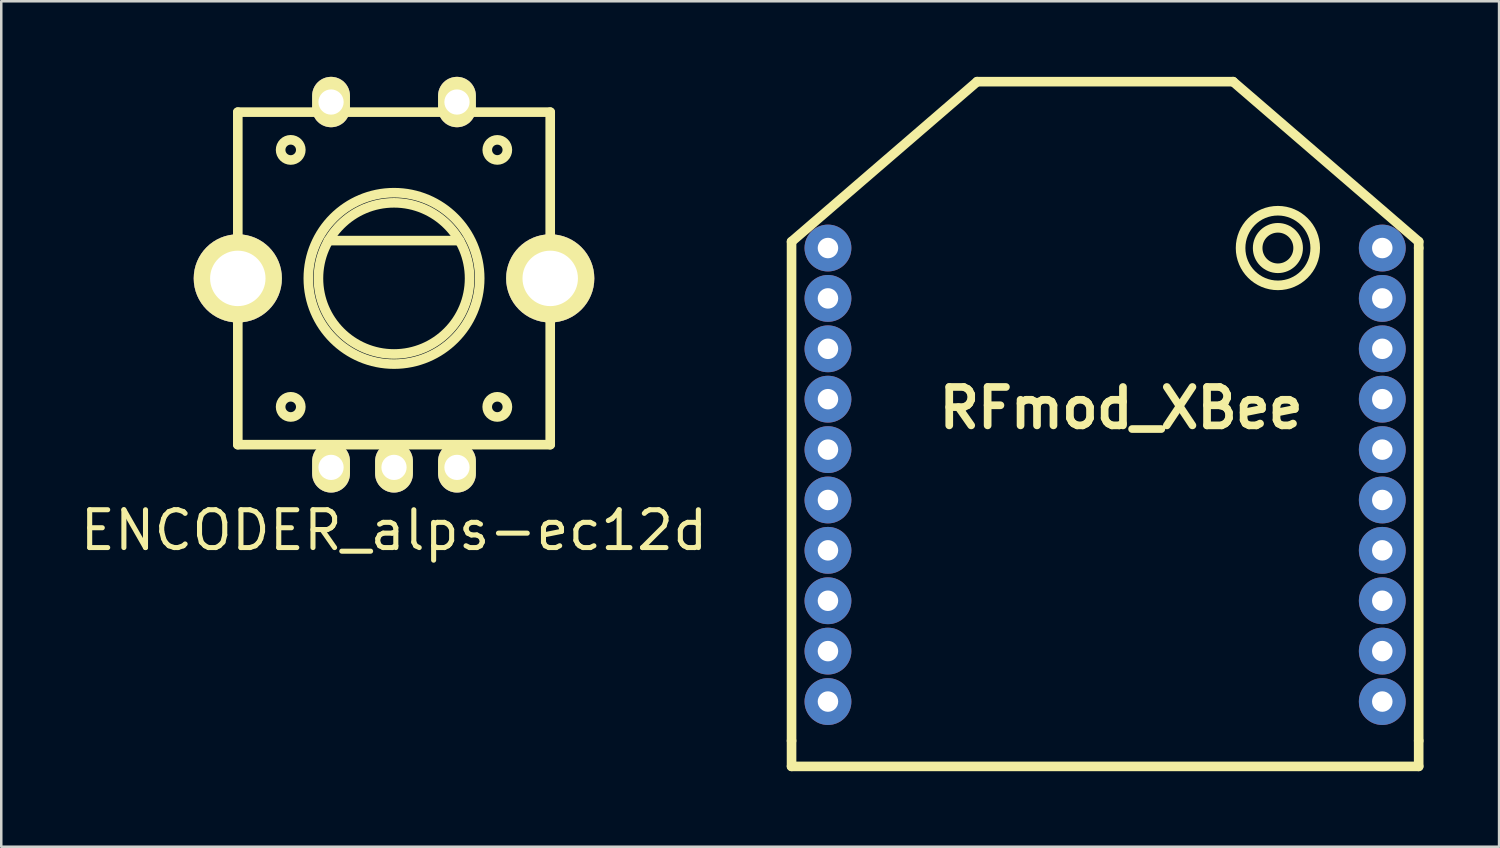
<source format=kicad_pcb>
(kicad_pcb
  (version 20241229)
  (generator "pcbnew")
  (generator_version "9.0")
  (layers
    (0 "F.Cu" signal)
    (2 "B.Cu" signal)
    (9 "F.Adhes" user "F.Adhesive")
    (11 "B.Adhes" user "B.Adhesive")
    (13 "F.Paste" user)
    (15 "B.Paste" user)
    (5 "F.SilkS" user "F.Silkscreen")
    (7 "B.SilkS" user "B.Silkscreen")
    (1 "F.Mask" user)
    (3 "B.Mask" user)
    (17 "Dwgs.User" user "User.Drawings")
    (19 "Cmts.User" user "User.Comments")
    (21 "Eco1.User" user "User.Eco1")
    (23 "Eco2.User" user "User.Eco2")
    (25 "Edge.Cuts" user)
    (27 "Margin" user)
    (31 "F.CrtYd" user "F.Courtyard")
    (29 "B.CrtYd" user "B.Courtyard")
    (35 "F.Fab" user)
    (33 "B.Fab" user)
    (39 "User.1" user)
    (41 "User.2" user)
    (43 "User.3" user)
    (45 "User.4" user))
  (footprint "ENCODER_alps-ec12d"
    (layer "F.Cu")
    (at 12.589 8)
    (property "Reference" "ENCODER_alps-ec12d" (at 0 10 0) (layer "F.SilkS") (effects (font (size 1.501 1.501) (thickness 0.201))))
    (attr through_hole)
    (fp_line (start -6.2 -6.599) (end -6.2 6.599) (stroke (width 0.381) (type solid)) (layer "F.SilkS"))
    (fp_line (start -6.2 6.599) (end 6.2 6.599) (stroke (width 0.381) (type solid)) (layer "F.SilkS"))
    (fp_line (start -2.601 -1.501) (end 2.601 -1.501) (stroke (width 0.381) (type solid)) (layer "F.SilkS"))
    (fp_line (start 6.2 -6.599) (end -6.2 -6.599) (stroke (width 0.381) (type solid)) (layer "F.SilkS"))
    (fp_line (start 6.2 6.599) (end 6.2 -6.599) (stroke (width 0.381) (type solid)) (layer "F.SilkS"))
    (fp_circle (center -4.1 -5.1) (end -4.501 -5.1) (stroke (width 0.381) (type solid)) (fill no) (layer "F.SilkS"))
    (fp_circle (center -4.1 5.1) (end -4.501 5.1) (stroke (width 0.381) (type solid)) (fill no) (layer "F.SilkS"))
    (fp_circle (center 0 0) (end -3.401 0) (stroke (width 0.381) (type solid)) (fill no) (layer "F.SilkS"))
    (fp_circle (center 0 0) (end -3 0) (stroke (width 0.381) (type solid)) (fill no) (layer "F.SilkS"))
    (fp_circle (center 4.1 -5.1) (end 3.701 -5.1) (stroke (width 0.381) (type solid)) (fill no) (layer "F.SilkS"))
    (fp_circle (center 4.1 5.1) (end 4.501 5.1) (stroke (width 0.381) (type solid)) (fill no) (layer "F.SilkS"))
    (pad "" thru_hole circle (at -6.2 0) (size 3.5 3.5) (drill 2.2) (layers "*.Cu" "*.Mask" "F.SilkS"))
    (pad "" thru_hole circle (at 6.2 0) (size 3.5 3.5) (drill 2.2) (layers "*.Cu" "*.Mask" "F.SilkS"))
    (pad "1" thru_hole oval (at -2.499 7.501) (size 1.501 1.999) (drill 1.001) (layers "*.Cu" "*.Mask" "F.SilkS"))
    (pad "2" thru_hole oval (at 0 7.501) (size 1.501 1.999) (drill 1.001) (layers "*.Cu" "*.Mask" "F.SilkS"))
    (pad "3" thru_hole oval (at 2.499 7.501) (size 1.501 1.999) (drill 1.001) (layers "*.Cu" "*.Mask" "F.SilkS"))
    (pad "4" thru_hole oval (at 2.499 -7) (size 1.501 1.999) (drill 1.001) (layers "*.Cu" "*.Mask" "F.SilkS"))
    (pad "5" thru_hole oval (at -2.499 -7) (size 1.501 1.999) (drill 1.001) (layers "*.Cu" "*.Mask" "F.SilkS")))
  (footprint "RFmod_XBee"
    (layer "F.Cu")
    (at 40.814 6.795)
    (property "Reference" "RFmod_XBee" (at 0.635 6.35 0) (layer "F.SilkS") (effects (font (size 1.524 1.524) (thickness 0.305))))
    (attr through_hole)
    (fp_line (start -12.446 -0.254) (end -5.08 -6.604) (stroke (width 0.381) (type solid)) (layer "F.SilkS"))
    (fp_line (start -12.446 19.558) (end -12.446 -0.254) (stroke (width 0.381) (type solid)) (layer "F.SilkS"))
    (fp_line (start -12.446 19.558) (end -12.446 20.574) (stroke (width 0.381) (type solid)) (layer "F.SilkS"))
    (fp_line (start -12.446 20.574) (end 12.446 20.574) (stroke (width 0.381) (type solid)) (layer "F.SilkS"))
    (fp_line (start -5.08 -6.604) (end 5.08 -6.604) (stroke (width 0.381) (type solid)) (layer "F.SilkS"))
    (fp_line (start 12.446 -0.254) (end 5.08 -6.604) (stroke (width 0.381) (type solid)) (layer "F.SilkS"))
    (fp_line (start 12.446 0) (end 12.446 -0.254) (stroke (width 0.381) (type solid)) (layer "F.SilkS"))
    (fp_line (start 12.446 19.558) (end 12.446 0) (stroke (width 0.381) (type solid)) (layer "F.SilkS"))
    (fp_line (start 12.446 19.558) (end 12.446 20.574) (stroke (width 0.381) (type solid)) (layer "F.SilkS"))
    (fp_circle (center 6.858 0) (end 7.62 0.254) (stroke (width 0.381) (type solid)) (fill no) (layer "F.SilkS"))
    (fp_circle (center 6.858 0) (end 8.128 0.762) (stroke (width 0.381) (type solid)) (fill no) (layer "F.SilkS"))
    (pad "1" thru_hole circle (at -11.001 0) (size 1.859 1.859) (drill 0.813) (layers "*.Cu"))
    (pad "2" thru_hole circle (at -11.001 1.999) (size 1.859 1.859) (drill 0.813) (layers "*.Cu"))
    (pad "3" thru_hole circle (at -11.001 4) (size 1.859 1.859) (drill 0.813) (layers "*.Cu"))
    (pad "4" thru_hole circle (at -11.001 5.999) (size 1.859 1.859) (drill 0.813) (layers "*.Cu"))
    (pad "5" thru_hole circle (at -11.001 8.001) (size 1.859 1.859) (drill 0.813) (layers "*.Cu"))
    (pad "6" thru_hole circle (at -11.001 10) (size 1.859 1.859) (drill 0.813) (layers "*.Cu"))
    (pad "7" thru_hole circle (at -11.001 11.999) (size 1.859 1.859) (drill 0.813) (layers "*.Cu"))
    (pad "8" thru_hole circle (at -11.001 14) (size 1.859 1.859) (drill 0.813) (layers "*.Cu"))
    (pad "9" thru_hole circle (at -11.001 15.999) (size 1.859 1.859) (drill 0.813) (layers "*.Cu"))
    (pad "10" thru_hole circle (at -11.001 18.001) (size 1.859 1.859) (drill 0.813) (layers "*.Cu"))
    (pad "11" thru_hole circle (at 11.001 18.001) (size 1.859 1.859) (drill 0.813) (layers "*.Cu"))
    (pad "12" thru_hole circle (at 11.001 15.999) (size 1.859 1.859) (drill 0.813) (layers "*.Cu"))
    (pad "13" thru_hole circle (at 11.001 14) (size 1.859 1.859) (drill 0.813) (layers "*.Cu"))
    (pad "14" thru_hole circle (at 11.001 11.999) (size 1.859 1.859) (drill 0.813) (layers "*.Cu"))
    (pad "15" thru_hole circle (at 11.001 10) (size 1.859 1.859) (drill 0.813) (layers "*.Cu"))
    (pad "16" thru_hole circle (at 11.001 8.001) (size 1.859 1.859) (drill 0.813) (layers "*.Cu"))
    (pad "17" thru_hole circle (at 11.001 5.999) (size 1.859 1.859) (drill 0.813) (layers "*.Cu"))
    (pad "18" thru_hole circle (at 11.001 4) (size 1.859 1.859) (drill 0.813) (layers "*.Cu"))
    (pad "19" thru_hole circle (at 11.001 1.999) (size 1.859 1.859) (drill 0.813) (layers "*.Cu"))
    (pad "20" thru_hole circle (at 11.001 0) (size 1.859 1.859) (drill 0.813) (layers "*.Cu")))
  (gr_rect
    (start -3 -3)
    (end 56.451 30.559)
    (stroke (width 0.1) (type default))
    (fill no)
    (layer "Edge.Cuts")))
</source>
